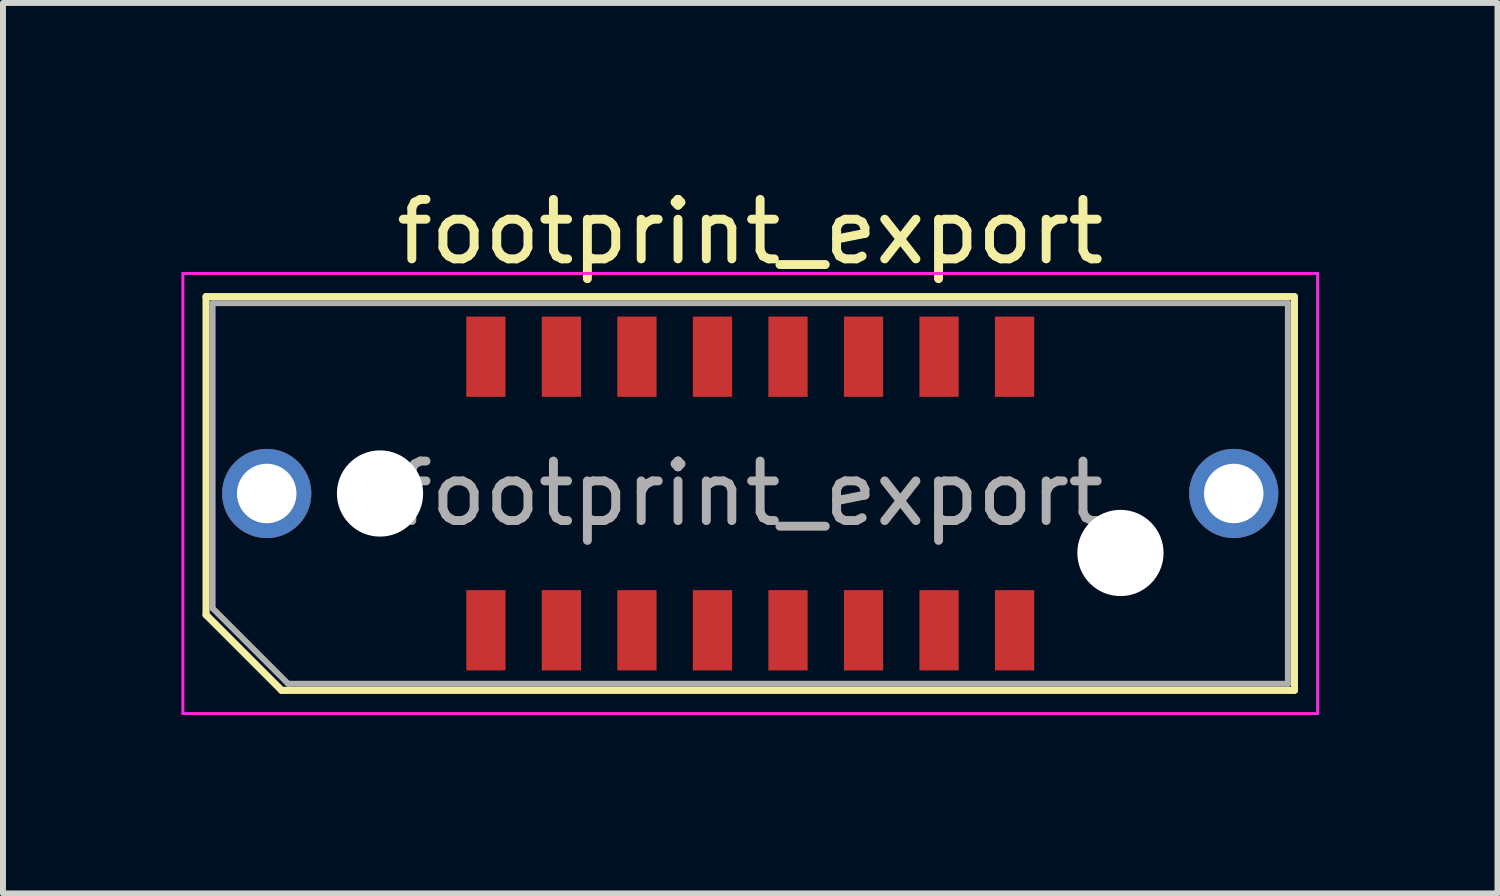
<source format=kicad_pcb>
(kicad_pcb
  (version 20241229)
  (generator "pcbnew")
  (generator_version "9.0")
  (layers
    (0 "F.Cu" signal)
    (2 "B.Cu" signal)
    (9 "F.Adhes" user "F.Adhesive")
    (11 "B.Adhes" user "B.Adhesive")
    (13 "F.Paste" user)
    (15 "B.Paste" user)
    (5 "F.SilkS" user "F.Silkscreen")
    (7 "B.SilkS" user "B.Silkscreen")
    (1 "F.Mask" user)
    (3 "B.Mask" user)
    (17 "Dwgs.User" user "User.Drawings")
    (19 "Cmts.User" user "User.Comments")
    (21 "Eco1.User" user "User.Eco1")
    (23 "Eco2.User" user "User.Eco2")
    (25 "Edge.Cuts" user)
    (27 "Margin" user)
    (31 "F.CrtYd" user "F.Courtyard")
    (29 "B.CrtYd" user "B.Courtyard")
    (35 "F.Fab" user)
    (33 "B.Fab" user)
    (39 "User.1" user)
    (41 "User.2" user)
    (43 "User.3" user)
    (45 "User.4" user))
  (footprint "footprint_export"
    (layer "F.Cu")
    (at 9.565 5.248)
    (property "Reference" "footprint_export" (at 0 -4.4 0) (layer "F.SilkS") (effects (font (size 1 1) (thickness 0.15))))
    (attr smd)
    (fp_line (start -9.15 -3.31) (end 9.15 -3.31) (stroke (width 0.12) (type solid)) (layer "F.SilkS"))
    (fp_line (start -9.15 2.04) (end -9.15 -3.31) (stroke (width 0.12) (type solid)) (layer "F.SilkS"))
    (fp_line (start -7.88 3.31) (end -9.15 2.04) (stroke (width 0.12) (type solid)) (layer "F.SilkS"))
    (fp_line (start -7.88 3.31) (end 9.15 3.31) (stroke (width 0.12) (type solid)) (layer "F.SilkS"))
    (fp_line (start 9.15 3.31) (end 9.15 -3.31) (stroke (width 0.12) (type solid)) (layer "F.SilkS"))
    (fp_line (start -9.54 -3.7) (end -9.54 3.7) (stroke (width 0.05) (type solid)) (layer "F.CrtYd"))
    (fp_line (start -9.54 3.7) (end 9.54 3.7) (stroke (width 0.05) (type solid)) (layer "F.CrtYd"))
    (fp_line (start 9.54 -3.7) (end -9.54 -3.7) (stroke (width 0.05) (type solid)) (layer "F.CrtYd"))
    (fp_line (start 9.54 3.7) (end 9.54 -3.7) (stroke (width 0.05) (type solid)) (layer "F.CrtYd"))
    (fp_line (start -9.04 -3.2) (end 9.04 -3.2) (stroke (width 0.1) (type solid)) (layer "F.Fab"))
    (fp_line (start -9.04 1.93) (end -9.04 -3.2) (stroke (width 0.1) (type solid)) (layer "F.Fab"))
    (fp_line (start -9.04 1.93) (end -7.77 3.2) (stroke (width 0.1) (type solid)) (layer "F.Fab"))
    (fp_line (start -7.77 3.2) (end 9.04 3.2) (stroke (width 0.1) (type solid)) (layer "F.Fab"))
    (fp_line (start 9.04 3.2) (end 9.04 -3.2) (stroke (width 0.1) (type solid)) (layer "F.Fab"))
    (fp_text user "${REFERENCE}" (at 0 0 0) (layer "F.Fab") (effects (font (size 1 1) (thickness 0.15))))
    (pad "" thru_hole circle (at -8.13 0) (size 1.5 1.5) (drill 1) (layers "*.Cu" "*.Mask"))
    (pad "" np_thru_hole circle (at -6.225 0) (size 1.45 1.45) (drill 1.45) (layers "*.Cu" "*.Mask"))
    (pad "" np_thru_hole circle (at 6.225 1) (size 1.45 1.45) (drill 1.45) (layers "*.Cu" "*.Mask"))
    (pad "" thru_hole circle (at 8.13 0) (size 1.5 1.5) (drill 1) (layers "*.Cu" "*.Mask"))
    (pad "1" smd rect (at -4.445 2.3) (size 0.66 1.35) (layers "F.Cu" "F.Mask" "F.Paste"))
    (pad "2" smd rect (at -4.445 -2.3) (size 0.66 1.35) (layers "F.Cu" "F.Mask" "F.Paste"))
    (pad "3" smd rect (at -3.175 2.3) (size 0.66 1.35) (layers "F.Cu" "F.Mask" "F.Paste"))
    (pad "4" smd rect (at -3.175 -2.3) (size 0.66 1.35) (layers "F.Cu" "F.Mask" "F.Paste"))
    (pad "5" smd rect (at -1.905 2.3) (size 0.66 1.35) (layers "F.Cu" "F.Mask" "F.Paste"))
    (pad "6" smd rect (at -1.905 -2.3) (size 0.66 1.35) (layers "F.Cu" "F.Mask" "F.Paste"))
    (pad "7" smd rect (at -0.635 2.3) (size 0.66 1.35) (layers "F.Cu" "F.Mask" "F.Paste"))
    (pad "8" smd rect (at -0.635 -2.3) (size 0.66 1.35) (layers "F.Cu" "F.Mask" "F.Paste"))
    (pad "9" smd rect (at 0.635 2.3) (size 0.66 1.35) (layers "F.Cu" "F.Mask" "F.Paste"))
    (pad "10" smd rect (at 0.635 -2.3) (size 0.66 1.35) (layers "F.Cu" "F.Mask" "F.Paste"))
    (pad "11" smd rect (at 1.905 2.3) (size 0.66 1.35) (layers "F.Cu" "F.Mask" "F.Paste"))
    (pad "12" smd rect (at 1.905 -2.3) (size 0.66 1.35) (layers "F.Cu" "F.Mask" "F.Paste"))
    (pad "13" smd rect (at 3.175 2.3) (size 0.66 1.35) (layers "F.Cu" "F.Mask" "F.Paste"))
    (pad "14" smd rect (at 3.175 -2.3) (size 0.66 1.35) (layers "F.Cu" "F.Mask" "F.Paste"))
    (pad "15" smd rect (at 4.445 2.3) (size 0.66 1.35) (layers "F.Cu" "F.Mask" "F.Paste"))
    (pad "16" smd rect (at 4.445 -2.3) (size 0.66 1.35) (layers "F.Cu" "F.Mask" "F.Paste")))
  (gr_rect
    (start -3 -3)
    (end 22.13 11.973)
    (stroke (width 0.1) (type default))
    (fill no)
    (layer "Edge.Cuts")))
</source>
